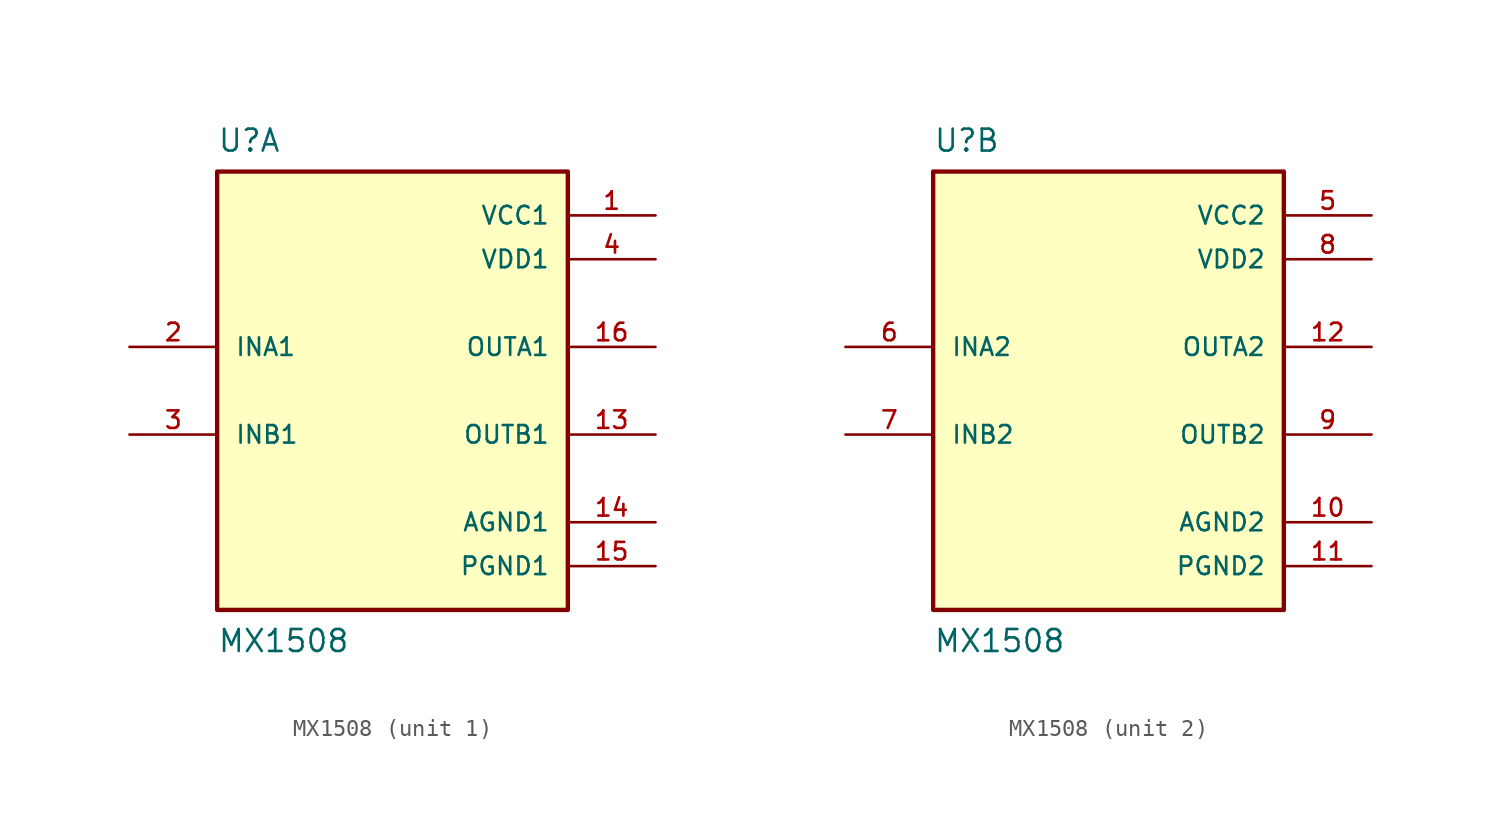
<source format=kicad_sym>
(kicad_symbol_lib
  (version 20211014)
  (generator kicad_symbol_editor)
  (symbol "MX1508"
    (pin_names
      (offset 1.016))
    (property "Reference" "U"
      (at -10.16 15.24 0)
      (effects (font (size 1.27 1.27)) (justify top left)))
    (property "Value" "MX1508"
      (at -10.16 -15.24 0)
      (effects (font (size 1.27 1.27)) (justify bottom left)))
    (symbol "MX1508_1_0"
      (rectangle (start -10.16 -12.7) (end 10.16 12.7) (stroke (width 0.254)) (fill (type background)))
      (pin input line (at -15.24 2.54 0) (length 5.08) (name "INA1" (effects (font (size 1.016 1.016)))) (number "2" (effects (font (size 1.016 1.016)))))
      (pin input line (at -15.24 -2.54 0) (length 5.08) (name "INB1" (effects (font (size 1.016 1.016)))) (number "3" (effects (font (size 1.016 1.016)))))
      (pin output line (at 15.24 2.54 180.0) (length 5.08) (name "OUTA1" (effects (font (size 1.016 1.016)))) (number "16" (effects (font (size 1.016 1.016)))))
      (pin output line (at 15.24 -2.54 180.0) (length 5.08) (name "OUTB1" (effects (font (size 1.016 1.016)))) (number "13" (effects (font (size 1.016 1.016)))))
      (pin power_in line (at 15.24 7.62 180.0) (length 5.08) (name "VDD1" (effects (font (size 1.016 1.016)))) (number "4" (effects (font (size 1.016 1.016)))))
      (pin power_in line (at 15.24 10.16 180.0) (length 5.08) (name "VCC1" (effects (font (size 1.016 1.016)))) (number "1" (effects (font (size 1.016 1.016)))))
      (pin power_in line (at 15.24 -7.62 180.0) (length 5.08) (name "AGND1" (effects (font (size 1.016 1.016)))) (number "14" (effects (font (size 1.016 1.016)))))
      (pin power_in line (at 15.24 -10.16 180.0) (length 5.08) (name "PGND1" (effects (font (size 1.016 1.016)))) (number "15" (effects (font (size 1.016 1.016))))))
    (symbol "MX1508_2_0"
      (rectangle (start -10.16 -12.7) (end 10.16 12.7) (stroke (width 0.254)) (fill (type background)))
      (pin input line (at -15.24 2.54 0) (length 5.08) (name "INA2" (effects (font (size 1.016 1.016)))) (number "6" (effects (font (size 1.016 1.016)))))
      (pin input line (at -15.24 -2.54 0) (length 5.08) (name "INB2" (effects (font (size 1.016 1.016)))) (number "7" (effects (font (size 1.016 1.016)))))
      (pin output line (at 15.24 2.54 180.0) (length 5.08) (name "OUTA2" (effects (font (size 1.016 1.016)))) (number "12" (effects (font (size 1.016 1.016)))))
      (pin output line (at 15.24 -2.54 180.0) (length 5.08) (name "OUTB2" (effects (font (size 1.016 1.016)))) (number "9" (effects (font (size 1.016 1.016)))))
      (pin power_in line (at 15.24 7.62 180.0) (length 5.08) (name "VDD2" (effects (font (size 1.016 1.016)))) (number "8" (effects (font (size 1.016 1.016)))))
      (pin power_in line (at 15.24 10.16 180.0) (length 5.08) (name "VCC2" (effects (font (size 1.016 1.016)))) (number "5" (effects (font (size 1.016 1.016)))))
      (pin power_in line (at 15.24 -7.62 180.0) (length 5.08) (name "AGND2" (effects (font (size 1.016 1.016)))) (number "10" (effects (font (size 1.016 1.016)))))
      (pin power_in line (at 15.24 -10.16 180.0) (length 5.08) (name "PGND2" (effects (font (size 1.016 1.016)))) (number "11" (effects (font (size 1.016 1.016))))))))
</source>
